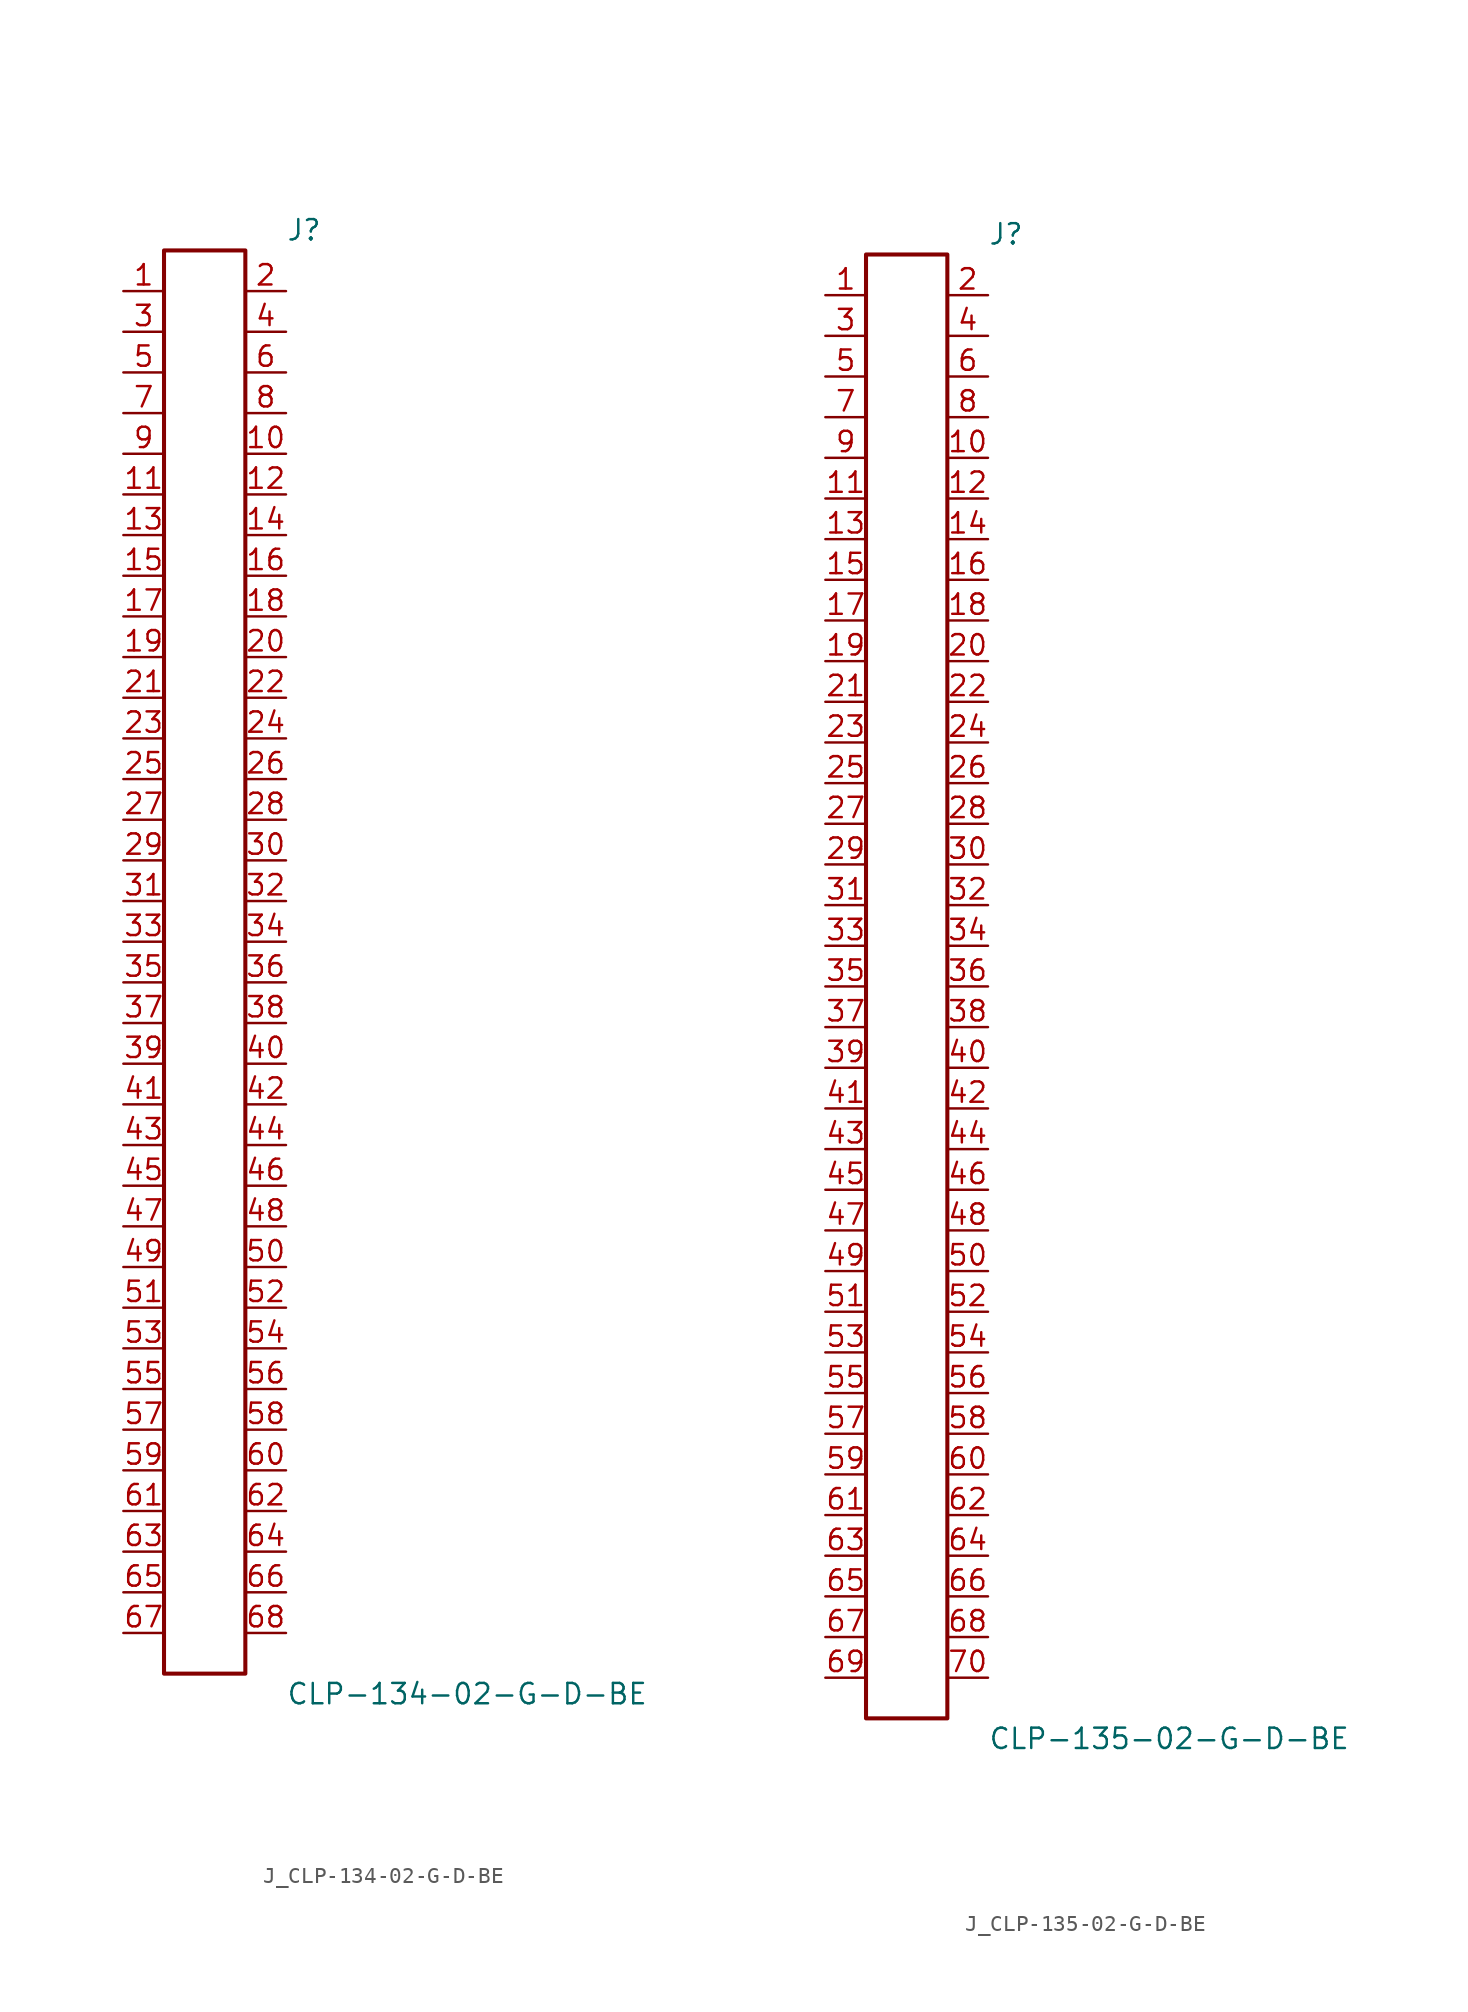
<source format=kicad_sym>
(kicad_symbol_lib
  (version 20231120)
  (generator kicad_symbol_editor)
  (generator_version 8.0)
  (symbol "J_CLP-134-02-G-D-BE"
    (pin_names
      (offset 0.254))
    (property "Reference" "J"
      (at 5.08 45.72 0)
      (effects (font (size 1.27 1.27)) (justify left)))
    (property "Value" "CLP-134-02-G-D-BE"
      (at 5.08 -45.72 0)
      (effects (font (size 1.27 1.27)) (justify left)))
    (symbol "J_CLP-134-02-G-D-BE_0_0"
      (pin passive line (at -5.08 41.91 0) (length 2.54) (name "" (effects (font (size 1.27 1.27)))) (number "1" (effects (font (size 1.27 1.27)))))
      (pin passive line (at 5.08 41.91 180) (length 2.54) (name "" (effects (font (size 1.27 1.27)))) (number "2" (effects (font (size 1.27 1.27)))))
      (pin passive line (at -5.08 39.37 0) (length 2.54) (name "" (effects (font (size 1.27 1.27)))) (number "3" (effects (font (size 1.27 1.27)))))
      (pin passive line (at 5.08 39.37 180) (length 2.54) (name "" (effects (font (size 1.27 1.27)))) (number "4" (effects (font (size 1.27 1.27)))))
      (pin passive line (at -5.08 36.83 0) (length 2.54) (name "" (effects (font (size 1.27 1.27)))) (number "5" (effects (font (size 1.27 1.27)))))
      (pin passive line (at 5.08 36.83 180) (length 2.54) (name "" (effects (font (size 1.27 1.27)))) (number "6" (effects (font (size 1.27 1.27)))))
      (pin passive line (at -5.08 34.29 0) (length 2.54) (name "" (effects (font (size 1.27 1.27)))) (number "7" (effects (font (size 1.27 1.27)))))
      (pin passive line (at 5.08 34.29 180) (length 2.54) (name "" (effects (font (size 1.27 1.27)))) (number "8" (effects (font (size 1.27 1.27)))))
      (pin passive line (at -5.08 31.75 0) (length 2.54) (name "" (effects (font (size 1.27 1.27)))) (number "9" (effects (font (size 1.27 1.27)))))
      (pin passive line (at 5.08 31.75 180) (length 2.54) (name "" (effects (font (size 1.27 1.27)))) (number "10" (effects (font (size 1.27 1.27)))))
      (pin passive line (at -5.08 29.21 0) (length 2.54) (name "" (effects (font (size 1.27 1.27)))) (number "11" (effects (font (size 1.27 1.27)))))
      (pin passive line (at 5.08 29.21 180) (length 2.54) (name "" (effects (font (size 1.27 1.27)))) (number "12" (effects (font (size 1.27 1.27)))))
      (pin passive line (at -5.08 26.67 0) (length 2.54) (name "" (effects (font (size 1.27 1.27)))) (number "13" (effects (font (size 1.27 1.27)))))
      (pin passive line (at 5.08 26.67 180) (length 2.54) (name "" (effects (font (size 1.27 1.27)))) (number "14" (effects (font (size 1.27 1.27)))))
      (pin passive line (at -5.08 24.13 0) (length 2.54) (name "" (effects (font (size 1.27 1.27)))) (number "15" (effects (font (size 1.27 1.27)))))
      (pin passive line (at 5.08 24.13 180) (length 2.54) (name "" (effects (font (size 1.27 1.27)))) (number "16" (effects (font (size 1.27 1.27)))))
      (pin passive line (at -5.08 21.59 0) (length 2.54) (name "" (effects (font (size 1.27 1.27)))) (number "17" (effects (font (size 1.27 1.27)))))
      (pin passive line (at 5.08 21.59 180) (length 2.54) (name "" (effects (font (size 1.27 1.27)))) (number "18" (effects (font (size 1.27 1.27)))))
      (pin passive line (at -5.08 19.05 0) (length 2.54) (name "" (effects (font (size 1.27 1.27)))) (number "19" (effects (font (size 1.27 1.27)))))
      (pin passive line (at 5.08 19.05 180) (length 2.54) (name "" (effects (font (size 1.27 1.27)))) (number "20" (effects (font (size 1.27 1.27)))))
      (pin passive line (at -5.08 16.51 0) (length 2.54) (name "" (effects (font (size 1.27 1.27)))) (number "21" (effects (font (size 1.27 1.27)))))
      (pin passive line (at 5.08 16.51 180) (length 2.54) (name "" (effects (font (size 1.27 1.27)))) (number "22" (effects (font (size 1.27 1.27)))))
      (pin passive line (at -5.08 13.97 0) (length 2.54) (name "" (effects (font (size 1.27 1.27)))) (number "23" (effects (font (size 1.27 1.27)))))
      (pin passive line (at 5.08 13.97 180) (length 2.54) (name "" (effects (font (size 1.27 1.27)))) (number "24" (effects (font (size 1.27 1.27)))))
      (pin passive line (at -5.08 11.43 0) (length 2.54) (name "" (effects (font (size 1.27 1.27)))) (number "25" (effects (font (size 1.27 1.27)))))
      (pin passive line (at 5.08 11.43 180) (length 2.54) (name "" (effects (font (size 1.27 1.27)))) (number "26" (effects (font (size 1.27 1.27)))))
      (pin passive line (at -5.08 8.89 0) (length 2.54) (name "" (effects (font (size 1.27 1.27)))) (number "27" (effects (font (size 1.27 1.27)))))
      (pin passive line (at 5.08 8.89 180) (length 2.54) (name "" (effects (font (size 1.27 1.27)))) (number "28" (effects (font (size 1.27 1.27)))))
      (pin passive line (at -5.08 6.35 0) (length 2.54) (name "" (effects (font (size 1.27 1.27)))) (number "29" (effects (font (size 1.27 1.27)))))
      (pin passive line (at 5.08 6.35 180) (length 2.54) (name "" (effects (font (size 1.27 1.27)))) (number "30" (effects (font (size 1.27 1.27)))))
      (pin passive line (at -5.08 3.81 0) (length 2.54) (name "" (effects (font (size 1.27 1.27)))) (number "31" (effects (font (size 1.27 1.27)))))
      (pin passive line (at 5.08 3.81 180) (length 2.54) (name "" (effects (font (size 1.27 1.27)))) (number "32" (effects (font (size 1.27 1.27)))))
      (pin passive line (at -5.08 1.27 0) (length 2.54) (name "" (effects (font (size 1.27 1.27)))) (number "33" (effects (font (size 1.27 1.27)))))
      (pin passive line (at 5.08 1.27 180) (length 2.54) (name "" (effects (font (size 1.27 1.27)))) (number "34" (effects (font (size 1.27 1.27)))))
      (pin passive line (at -5.08 -1.27 0) (length 2.54) (name "" (effects (font (size 1.27 1.27)))) (number "35" (effects (font (size 1.27 1.27)))))
      (pin passive line (at 5.08 -1.27 180) (length 2.54) (name "" (effects (font (size 1.27 1.27)))) (number "36" (effects (font (size 1.27 1.27)))))
      (pin passive line (at -5.08 -3.81 0) (length 2.54) (name "" (effects (font (size 1.27 1.27)))) (number "37" (effects (font (size 1.27 1.27)))))
      (pin passive line (at 5.08 -3.81 180) (length 2.54) (name "" (effects (font (size 1.27 1.27)))) (number "38" (effects (font (size 1.27 1.27)))))
      (pin passive line (at -5.08 -6.35 0) (length 2.54) (name "" (effects (font (size 1.27 1.27)))) (number "39" (effects (font (size 1.27 1.27)))))
      (pin passive line (at 5.08 -6.35 180) (length 2.54) (name "" (effects (font (size 1.27 1.27)))) (number "40" (effects (font (size 1.27 1.27)))))
      (pin passive line (at -5.08 -8.89 0) (length 2.54) (name "" (effects (font (size 1.27 1.27)))) (number "41" (effects (font (size 1.27 1.27)))))
      (pin passive line (at 5.08 -8.89 180) (length 2.54) (name "" (effects (font (size 1.27 1.27)))) (number "42" (effects (font (size 1.27 1.27)))))
      (pin passive line (at -5.08 -11.43 0) (length 2.54) (name "" (effects (font (size 1.27 1.27)))) (number "43" (effects (font (size 1.27 1.27)))))
      (pin passive line (at 5.08 -11.43 180) (length 2.54) (name "" (effects (font (size 1.27 1.27)))) (number "44" (effects (font (size 1.27 1.27)))))
      (pin passive line (at -5.08 -13.97 0) (length 2.54) (name "" (effects (font (size 1.27 1.27)))) (number "45" (effects (font (size 1.27 1.27)))))
      (pin passive line (at 5.08 -13.97 180) (length 2.54) (name "" (effects (font (size 1.27 1.27)))) (number "46" (effects (font (size 1.27 1.27)))))
      (pin passive line (at -5.08 -16.51 0) (length 2.54) (name "" (effects (font (size 1.27 1.27)))) (number "47" (effects (font (size 1.27 1.27)))))
      (pin passive line (at 5.08 -16.51 180) (length 2.54) (name "" (effects (font (size 1.27 1.27)))) (number "48" (effects (font (size 1.27 1.27)))))
      (pin passive line (at -5.08 -19.05 0) (length 2.54) (name "" (effects (font (size 1.27 1.27)))) (number "49" (effects (font (size 1.27 1.27)))))
      (pin passive line (at 5.08 -19.05 180) (length 2.54) (name "" (effects (font (size 1.27 1.27)))) (number "50" (effects (font (size 1.27 1.27)))))
      (pin passive line (at -5.08 -21.59 0) (length 2.54) (name "" (effects (font (size 1.27 1.27)))) (number "51" (effects (font (size 1.27 1.27)))))
      (pin passive line (at 5.08 -21.59 180) (length 2.54) (name "" (effects (font (size 1.27 1.27)))) (number "52" (effects (font (size 1.27 1.27)))))
      (pin passive line (at -5.08 -24.13 0) (length 2.54) (name "" (effects (font (size 1.27 1.27)))) (number "53" (effects (font (size 1.27 1.27)))))
      (pin passive line (at 5.08 -24.13 180) (length 2.54) (name "" (effects (font (size 1.27 1.27)))) (number "54" (effects (font (size 1.27 1.27)))))
      (pin passive line (at -5.08 -26.67 0) (length 2.54) (name "" (effects (font (size 1.27 1.27)))) (number "55" (effects (font (size 1.27 1.27)))))
      (pin passive line (at 5.08 -26.67 180) (length 2.54) (name "" (effects (font (size 1.27 1.27)))) (number "56" (effects (font (size 1.27 1.27)))))
      (pin passive line (at -5.08 -29.21 0) (length 2.54) (name "" (effects (font (size 1.27 1.27)))) (number "57" (effects (font (size 1.27 1.27)))))
      (pin passive line (at 5.08 -29.21 180) (length 2.54) (name "" (effects (font (size 1.27 1.27)))) (number "58" (effects (font (size 1.27 1.27)))))
      (pin passive line (at -5.08 -31.75 0) (length 2.54) (name "" (effects (font (size 1.27 1.27)))) (number "59" (effects (font (size 1.27 1.27)))))
      (pin passive line (at 5.08 -31.75 180) (length 2.54) (name "" (effects (font (size 1.27 1.27)))) (number "60" (effects (font (size 1.27 1.27)))))
      (pin passive line (at -5.08 -34.29 0) (length 2.54) (name "" (effects (font (size 1.27 1.27)))) (number "61" (effects (font (size 1.27 1.27)))))
      (pin passive line (at 5.08 -34.29 180) (length 2.54) (name "" (effects (font (size 1.27 1.27)))) (number "62" (effects (font (size 1.27 1.27)))))
      (pin passive line (at -5.08 -36.83 0) (length 2.54) (name "" (effects (font (size 1.27 1.27)))) (number "63" (effects (font (size 1.27 1.27)))))
      (pin passive line (at 5.08 -36.83 180) (length 2.54) (name "" (effects (font (size 1.27 1.27)))) (number "64" (effects (font (size 1.27 1.27)))))
      (pin passive line (at -5.08 -39.37 0) (length 2.54) (name "" (effects (font (size 1.27 1.27)))) (number "65" (effects (font (size 1.27 1.27)))))
      (pin passive line (at 5.08 -39.37 180) (length 2.54) (name "" (effects (font (size 1.27 1.27)))) (number "66" (effects (font (size 1.27 1.27)))))
      (pin passive line (at -5.08 -41.91 0) (length 2.54) (name "" (effects (font (size 1.27 1.27)))) (number "67" (effects (font (size 1.27 1.27)))))
      (pin passive line (at 5.08 -41.91 180) (length 2.54) (name "" (effects (font (size 1.27 1.27)))) (number "68" (effects (font (size 1.27 1.27))))))
    (symbol "J_CLP-134-02-G-D-BE_1_0"
      (rectangle (start -2.54 44.45) (end 2.54 -44.45) (stroke (width 0.254) (type solid)) (fill (type none)))))
  (symbol "J_CLP-135-02-G-D-BE"
    (pin_names
      (offset 0.254))
    (property "Reference" "J"
      (at 5.08 46.99 0)
      (effects (font (size 1.27 1.27)) (justify left)))
    (property "Value" "CLP-135-02-G-D-BE"
      (at 5.08 -46.99 0)
      (effects (font (size 1.27 1.27)) (justify left)))
    (symbol "J_CLP-135-02-G-D-BE_0_0"
      (pin passive line (at -5.08 43.18 0) (length 2.54) (name "" (effects (font (size 1.27 1.27)))) (number "1" (effects (font (size 1.27 1.27)))))
      (pin passive line (at 5.08 43.18 180) (length 2.54) (name "" (effects (font (size 1.27 1.27)))) (number "2" (effects (font (size 1.27 1.27)))))
      (pin passive line (at -5.08 40.64 0) (length 2.54) (name "" (effects (font (size 1.27 1.27)))) (number "3" (effects (font (size 1.27 1.27)))))
      (pin passive line (at 5.08 40.64 180) (length 2.54) (name "" (effects (font (size 1.27 1.27)))) (number "4" (effects (font (size 1.27 1.27)))))
      (pin passive line (at -5.08 38.1 0) (length 2.54) (name "" (effects (font (size 1.27 1.27)))) (number "5" (effects (font (size 1.27 1.27)))))
      (pin passive line (at 5.08 38.1 180) (length 2.54) (name "" (effects (font (size 1.27 1.27)))) (number "6" (effects (font (size 1.27 1.27)))))
      (pin passive line (at -5.08 35.56 0) (length 2.54) (name "" (effects (font (size 1.27 1.27)))) (number "7" (effects (font (size 1.27 1.27)))))
      (pin passive line (at 5.08 35.56 180) (length 2.54) (name "" (effects (font (size 1.27 1.27)))) (number "8" (effects (font (size 1.27 1.27)))))
      (pin passive line (at -5.08 33.02 0) (length 2.54) (name "" (effects (font (size 1.27 1.27)))) (number "9" (effects (font (size 1.27 1.27)))))
      (pin passive line (at 5.08 33.02 180) (length 2.54) (name "" (effects (font (size 1.27 1.27)))) (number "10" (effects (font (size 1.27 1.27)))))
      (pin passive line (at -5.08 30.48 0) (length 2.54) (name "" (effects (font (size 1.27 1.27)))) (number "11" (effects (font (size 1.27 1.27)))))
      (pin passive line (at 5.08 30.48 180) (length 2.54) (name "" (effects (font (size 1.27 1.27)))) (number "12" (effects (font (size 1.27 1.27)))))
      (pin passive line (at -5.08 27.94 0) (length 2.54) (name "" (effects (font (size 1.27 1.27)))) (number "13" (effects (font (size 1.27 1.27)))))
      (pin passive line (at 5.08 27.94 180) (length 2.54) (name "" (effects (font (size 1.27 1.27)))) (number "14" (effects (font (size 1.27 1.27)))))
      (pin passive line (at -5.08 25.4 0) (length 2.54) (name "" (effects (font (size 1.27 1.27)))) (number "15" (effects (font (size 1.27 1.27)))))
      (pin passive line (at 5.08 25.4 180) (length 2.54) (name "" (effects (font (size 1.27 1.27)))) (number "16" (effects (font (size 1.27 1.27)))))
      (pin passive line (at -5.08 22.86 0) (length 2.54) (name "" (effects (font (size 1.27 1.27)))) (number "17" (effects (font (size 1.27 1.27)))))
      (pin passive line (at 5.08 22.86 180) (length 2.54) (name "" (effects (font (size 1.27 1.27)))) (number "18" (effects (font (size 1.27 1.27)))))
      (pin passive line (at -5.08 20.32 0) (length 2.54) (name "" (effects (font (size 1.27 1.27)))) (number "19" (effects (font (size 1.27 1.27)))))
      (pin passive line (at 5.08 20.32 180) (length 2.54) (name "" (effects (font (size 1.27 1.27)))) (number "20" (effects (font (size 1.27 1.27)))))
      (pin passive line (at -5.08 17.78 0) (length 2.54) (name "" (effects (font (size 1.27 1.27)))) (number "21" (effects (font (size 1.27 1.27)))))
      (pin passive line (at 5.08 17.78 180) (length 2.54) (name "" (effects (font (size 1.27 1.27)))) (number "22" (effects (font (size 1.27 1.27)))))
      (pin passive line (at -5.08 15.24 0) (length 2.54) (name "" (effects (font (size 1.27 1.27)))) (number "23" (effects (font (size 1.27 1.27)))))
      (pin passive line (at 5.08 15.24 180) (length 2.54) (name "" (effects (font (size 1.27 1.27)))) (number "24" (effects (font (size 1.27 1.27)))))
      (pin passive line (at -5.08 12.7 0) (length 2.54) (name "" (effects (font (size 1.27 1.27)))) (number "25" (effects (font (size 1.27 1.27)))))
      (pin passive line (at 5.08 12.7 180) (length 2.54) (name "" (effects (font (size 1.27 1.27)))) (number "26" (effects (font (size 1.27 1.27)))))
      (pin passive line (at -5.08 10.16 0) (length 2.54) (name "" (effects (font (size 1.27 1.27)))) (number "27" (effects (font (size 1.27 1.27)))))
      (pin passive line (at 5.08 10.16 180) (length 2.54) (name "" (effects (font (size 1.27 1.27)))) (number "28" (effects (font (size 1.27 1.27)))))
      (pin passive line (at -5.08 7.62 0) (length 2.54) (name "" (effects (font (size 1.27 1.27)))) (number "29" (effects (font (size 1.27 1.27)))))
      (pin passive line (at 5.08 7.62 180) (length 2.54) (name "" (effects (font (size 1.27 1.27)))) (number "30" (effects (font (size 1.27 1.27)))))
      (pin passive line (at -5.08 5.08 0) (length 2.54) (name "" (effects (font (size 1.27 1.27)))) (number "31" (effects (font (size 1.27 1.27)))))
      (pin passive line (at 5.08 5.08 180) (length 2.54) (name "" (effects (font (size 1.27 1.27)))) (number "32" (effects (font (size 1.27 1.27)))))
      (pin passive line (at -5.08 2.54 0) (length 2.54) (name "" (effects (font (size 1.27 1.27)))) (number "33" (effects (font (size 1.27 1.27)))))
      (pin passive line (at 5.08 2.54 180) (length 2.54) (name "" (effects (font (size 1.27 1.27)))) (number "34" (effects (font (size 1.27 1.27)))))
      (pin passive line (at -5.08 0.0 0) (length 2.54) (name "" (effects (font (size 1.27 1.27)))) (number "35" (effects (font (size 1.27 1.27)))))
      (pin passive line (at 5.08 0.0 180) (length 2.54) (name "" (effects (font (size 1.27 1.27)))) (number "36" (effects (font (size 1.27 1.27)))))
      (pin passive line (at -5.08 -2.54 0) (length 2.54) (name "" (effects (font (size 1.27 1.27)))) (number "37" (effects (font (size 1.27 1.27)))))
      (pin passive line (at 5.08 -2.54 180) (length 2.54) (name "" (effects (font (size 1.27 1.27)))) (number "38" (effects (font (size 1.27 1.27)))))
      (pin passive line (at -5.08 -5.08 0) (length 2.54) (name "" (effects (font (size 1.27 1.27)))) (number "39" (effects (font (size 1.27 1.27)))))
      (pin passive line (at 5.08 -5.08 180) (length 2.54) (name "" (effects (font (size 1.27 1.27)))) (number "40" (effects (font (size 1.27 1.27)))))
      (pin passive line (at -5.08 -7.62 0) (length 2.54) (name "" (effects (font (size 1.27 1.27)))) (number "41" (effects (font (size 1.27 1.27)))))
      (pin passive line (at 5.08 -7.62 180) (length 2.54) (name "" (effects (font (size 1.27 1.27)))) (number "42" (effects (font (size 1.27 1.27)))))
      (pin passive line (at -5.08 -10.16 0) (length 2.54) (name "" (effects (font (size 1.27 1.27)))) (number "43" (effects (font (size 1.27 1.27)))))
      (pin passive line (at 5.08 -10.16 180) (length 2.54) (name "" (effects (font (size 1.27 1.27)))) (number "44" (effects (font (size 1.27 1.27)))))
      (pin passive line (at -5.08 -12.7 0) (length 2.54) (name "" (effects (font (size 1.27 1.27)))) (number "45" (effects (font (size 1.27 1.27)))))
      (pin passive line (at 5.08 -12.7 180) (length 2.54) (name "" (effects (font (size 1.27 1.27)))) (number "46" (effects (font (size 1.27 1.27)))))
      (pin passive line (at -5.08 -15.24 0) (length 2.54) (name "" (effects (font (size 1.27 1.27)))) (number "47" (effects (font (size 1.27 1.27)))))
      (pin passive line (at 5.08 -15.24 180) (length 2.54) (name "" (effects (font (size 1.27 1.27)))) (number "48" (effects (font (size 1.27 1.27)))))
      (pin passive line (at -5.08 -17.78 0) (length 2.54) (name "" (effects (font (size 1.27 1.27)))) (number "49" (effects (font (size 1.27 1.27)))))
      (pin passive line (at 5.08 -17.78 180) (length 2.54) (name "" (effects (font (size 1.27 1.27)))) (number "50" (effects (font (size 1.27 1.27)))))
      (pin passive line (at -5.08 -20.32 0) (length 2.54) (name "" (effects (font (size 1.27 1.27)))) (number "51" (effects (font (size 1.27 1.27)))))
      (pin passive line (at 5.08 -20.32 180) (length 2.54) (name "" (effects (font (size 1.27 1.27)))) (number "52" (effects (font (size 1.27 1.27)))))
      (pin passive line (at -5.08 -22.86 0) (length 2.54) (name "" (effects (font (size 1.27 1.27)))) (number "53" (effects (font (size 1.27 1.27)))))
      (pin passive line (at 5.08 -22.86 180) (length 2.54) (name "" (effects (font (size 1.27 1.27)))) (number "54" (effects (font (size 1.27 1.27)))))
      (pin passive line (at -5.08 -25.4 0) (length 2.54) (name "" (effects (font (size 1.27 1.27)))) (number "55" (effects (font (size 1.27 1.27)))))
      (pin passive line (at 5.08 -25.4 180) (length 2.54) (name "" (effects (font (size 1.27 1.27)))) (number "56" (effects (font (size 1.27 1.27)))))
      (pin passive line (at -5.08 -27.94 0) (length 2.54) (name "" (effects (font (size 1.27 1.27)))) (number "57" (effects (font (size 1.27 1.27)))))
      (pin passive line (at 5.08 -27.94 180) (length 2.54) (name "" (effects (font (size 1.27 1.27)))) (number "58" (effects (font (size 1.27 1.27)))))
      (pin passive line (at -5.08 -30.48 0) (length 2.54) (name "" (effects (font (size 1.27 1.27)))) (number "59" (effects (font (size 1.27 1.27)))))
      (pin passive line (at 5.08 -30.48 180) (length 2.54) (name "" (effects (font (size 1.27 1.27)))) (number "60" (effects (font (size 1.27 1.27)))))
      (pin passive line (at -5.08 -33.02 0) (length 2.54) (name "" (effects (font (size 1.27 1.27)))) (number "61" (effects (font (size 1.27 1.27)))))
      (pin passive line (at 5.08 -33.02 180) (length 2.54) (name "" (effects (font (size 1.27 1.27)))) (number "62" (effects (font (size 1.27 1.27)))))
      (pin passive line (at -5.08 -35.56 0) (length 2.54) (name "" (effects (font (size 1.27 1.27)))) (number "63" (effects (font (size 1.27 1.27)))))
      (pin passive line (at 5.08 -35.56 180) (length 2.54) (name "" (effects (font (size 1.27 1.27)))) (number "64" (effects (font (size 1.27 1.27)))))
      (pin passive line (at -5.08 -38.1 0) (length 2.54) (name "" (effects (font (size 1.27 1.27)))) (number "65" (effects (font (size 1.27 1.27)))))
      (pin passive line (at 5.08 -38.1 180) (length 2.54) (name "" (effects (font (size 1.27 1.27)))) (number "66" (effects (font (size 1.27 1.27)))))
      (pin passive line (at -5.08 -40.64 0) (length 2.54) (name "" (effects (font (size 1.27 1.27)))) (number "67" (effects (font (size 1.27 1.27)))))
      (pin passive line (at 5.08 -40.64 180) (length 2.54) (name "" (effects (font (size 1.27 1.27)))) (number "68" (effects (font (size 1.27 1.27)))))
      (pin passive line (at -5.08 -43.18 0) (length 2.54) (name "" (effects (font (size 1.27 1.27)))) (number "69" (effects (font (size 1.27 1.27)))))
      (pin passive line (at 5.08 -43.18 180) (length 2.54) (name "" (effects (font (size 1.27 1.27)))) (number "70" (effects (font (size 1.27 1.27))))))
    (symbol "J_CLP-135-02-G-D-BE_1_0"
      (rectangle (start -2.54 45.72) (end 2.54 -45.72) (stroke (width 0.254) (type solid)) (fill (type none))))))
</source>
